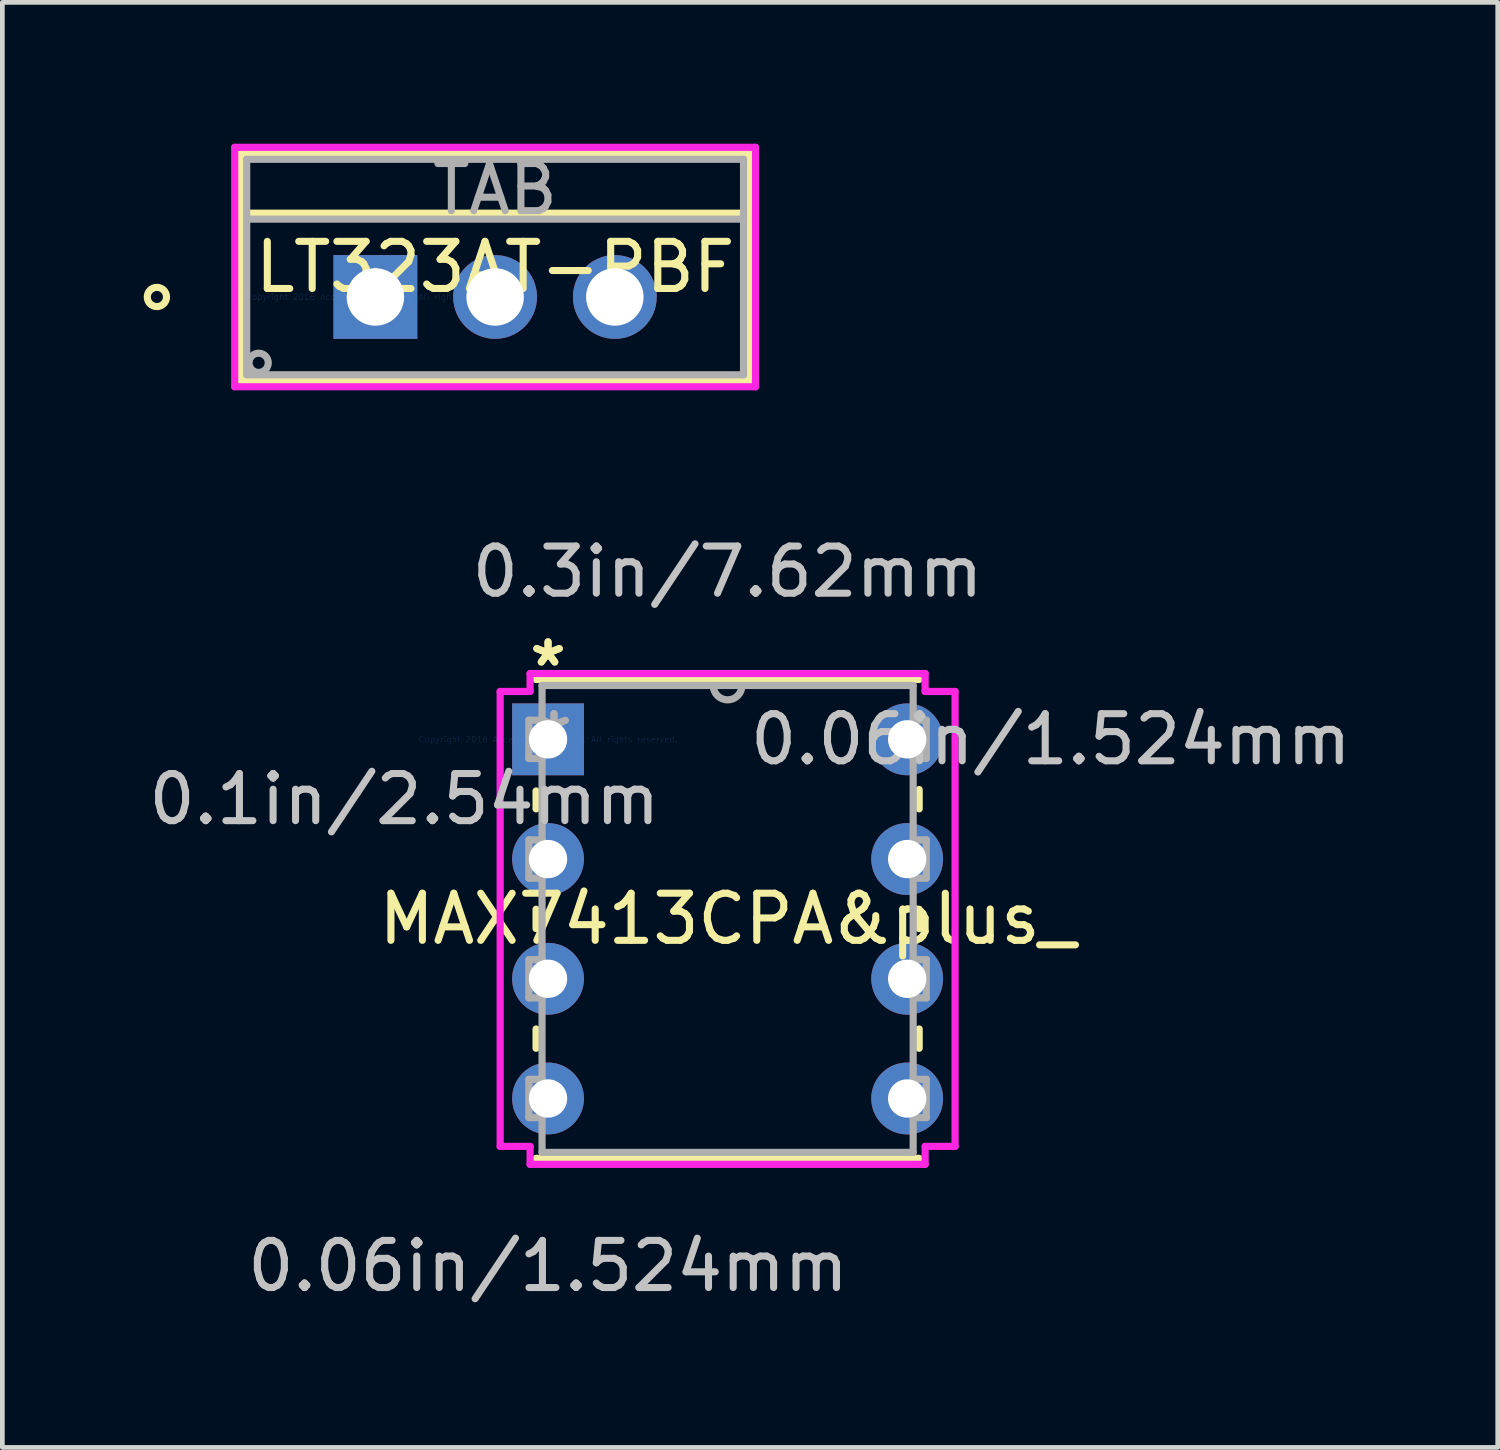
<source format=kicad_pcb>
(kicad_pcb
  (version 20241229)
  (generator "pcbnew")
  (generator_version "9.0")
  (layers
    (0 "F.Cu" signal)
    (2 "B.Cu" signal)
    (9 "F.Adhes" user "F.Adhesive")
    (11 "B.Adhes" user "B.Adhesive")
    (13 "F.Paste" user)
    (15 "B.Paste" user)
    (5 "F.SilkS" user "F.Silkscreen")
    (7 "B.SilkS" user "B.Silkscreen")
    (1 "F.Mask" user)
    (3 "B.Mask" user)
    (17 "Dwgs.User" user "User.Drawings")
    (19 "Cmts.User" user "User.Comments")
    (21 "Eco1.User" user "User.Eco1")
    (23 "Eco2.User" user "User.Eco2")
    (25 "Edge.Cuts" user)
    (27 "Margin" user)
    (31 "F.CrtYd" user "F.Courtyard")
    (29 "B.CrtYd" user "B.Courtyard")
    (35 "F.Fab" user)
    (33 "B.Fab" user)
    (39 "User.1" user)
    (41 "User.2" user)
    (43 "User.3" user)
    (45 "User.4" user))
  (footprint "MAX7413CPA&plus_"
    (layer "F.Cu")
    (at 8.578 12.637)
    (property "Reference" "MAX7413CPA&plus_" (at 3.81 3.81 0) (layer "F.SilkS") (effects (font (size 1 1) (thickness 0.15))))
    (attr through_hole)
    (fp_line (start -0.254 1.095) (end -0.254 1.475) (stroke (width 0.152) (type solid)) (layer "F.SilkS"))
    (fp_line (start -0.254 3.605) (end -0.254 4.015) (stroke (width 0.152) (type solid)) (layer "F.SilkS"))
    (fp_line (start -0.254 6.145) (end -0.254 6.555) (stroke (width 0.152) (type solid)) (layer "F.SilkS"))
    (fp_line (start -0.254 8.89) (end 7.874 8.89) (stroke (width 0.152) (type solid)) (layer "F.SilkS"))
    (fp_line (start 7.874 -1.27) (end -0.254 -1.27) (stroke (width 0.152) (type solid)) (layer "F.SilkS"))
    (fp_line (start 7.874 1.475) (end 7.874 1.065) (stroke (width 0.152) (type solid)) (layer "F.SilkS"))
    (fp_line (start 7.874 4.015) (end 7.874 3.605) (stroke (width 0.152) (type solid)) (layer "F.SilkS"))
    (fp_line (start 7.874 6.555) (end 7.874 6.145) (stroke (width 0.152) (type solid)) (layer "F.SilkS"))
    (fp_line (start -1.016 -1.016) (end -1.016 8.636) (stroke (width 0.152) (type solid)) (layer "F.CrtYd"))
    (fp_line (start -1.016 8.636) (end -0.381 8.636) (stroke (width 0.152) (type solid)) (layer "F.CrtYd"))
    (fp_line (start -0.381 -1.397) (end -0.381 -1.016) (stroke (width 0.152) (type solid)) (layer "F.CrtYd"))
    (fp_line (start -0.381 -1.016) (end -1.016 -1.016) (stroke (width 0.152) (type solid)) (layer "F.CrtYd"))
    (fp_line (start -0.381 8.636) (end -0.381 9.017) (stroke (width 0.152) (type solid)) (layer "F.CrtYd"))
    (fp_line (start -0.381 9.017) (end 8.001 9.017) (stroke (width 0.152) (type solid)) (layer "F.CrtYd"))
    (fp_line (start 8.001 -1.397) (end -0.381 -1.397) (stroke (width 0.152) (type solid)) (layer "F.CrtYd"))
    (fp_line (start 8.001 -1.016) (end 8.001 -1.397) (stroke (width 0.152) (type solid)) (layer "F.CrtYd"))
    (fp_line (start 8.001 8.636) (end 8.636 8.636) (stroke (width 0.152) (type solid)) (layer "F.CrtYd"))
    (fp_line (start 8.001 9.017) (end 8.001 8.636) (stroke (width 0.152) (type solid)) (layer "F.CrtYd"))
    (fp_line (start 8.636 -1.016) (end 8.001 -1.016) (stroke (width 0.152) (type solid)) (layer "F.CrtYd"))
    (fp_line (start 8.636 8.636) (end 8.636 -1.016) (stroke (width 0.152) (type solid)) (layer "F.CrtYd"))
    (fp_line (start -0.406 -0.406) (end -0.406 0.406) (stroke (width 0.152) (type solid)) (layer "F.Fab"))
    (fp_line (start -0.406 0.406) (end -0.127 0.406) (stroke (width 0.152) (type solid)) (layer "F.Fab"))
    (fp_line (start -0.406 2.134) (end -0.406 2.946) (stroke (width 0.152) (type solid)) (layer "F.Fab"))
    (fp_line (start -0.406 2.946) (end -0.127 2.946) (stroke (width 0.152) (type solid)) (layer "F.Fab"))
    (fp_line (start -0.406 4.674) (end -0.406 5.486) (stroke (width 0.152) (type solid)) (layer "F.Fab"))
    (fp_line (start -0.406 5.486) (end -0.127 5.486) (stroke (width 0.152) (type solid)) (layer "F.Fab"))
    (fp_line (start -0.406 7.214) (end -0.406 8.026) (stroke (width 0.152) (type solid)) (layer "F.Fab"))
    (fp_line (start -0.406 8.026) (end -0.127 8.026) (stroke (width 0.152) (type solid)) (layer "F.Fab"))
    (fp_line (start -0.127 -1.143) (end -0.127 8.763) (stroke (width 0.152) (type solid)) (layer "F.Fab"))
    (fp_line (start -0.127 -0.406) (end -0.406 -0.406) (stroke (width 0.152) (type solid)) (layer "F.Fab"))
    (fp_line (start -0.127 0.406) (end -0.127 -0.406) (stroke (width 0.152) (type solid)) (layer "F.Fab"))
    (fp_line (start -0.127 2.134) (end -0.406 2.134) (stroke (width 0.152) (type solid)) (layer "F.Fab"))
    (fp_line (start -0.127 2.946) (end -0.127 2.134) (stroke (width 0.152) (type solid)) (layer "F.Fab"))
    (fp_line (start -0.127 4.674) (end -0.406 4.674) (stroke (width 0.152) (type solid)) (layer "F.Fab"))
    (fp_line (start -0.127 5.486) (end -0.127 4.674) (stroke (width 0.152) (type solid)) (layer "F.Fab"))
    (fp_line (start -0.127 7.214) (end -0.406 7.214) (stroke (width 0.152) (type solid)) (layer "F.Fab"))
    (fp_line (start -0.127 8.026) (end -0.127 7.214) (stroke (width 0.152) (type solid)) (layer "F.Fab"))
    (fp_line (start -0.127 8.763) (end 7.747 8.763) (stroke (width 0.152) (type solid)) (layer "F.Fab"))
    (fp_line (start 7.747 -1.143) (end -0.127 -1.143) (stroke (width 0.152) (type solid)) (layer "F.Fab"))
    (fp_line (start 7.747 -0.406) (end 7.747 0.406) (stroke (width 0.152) (type solid)) (layer "F.Fab"))
    (fp_line (start 7.747 0.406) (end 8.026 0.406) (stroke (width 0.152) (type solid)) (layer "F.Fab"))
    (fp_line (start 7.747 2.134) (end 7.747 2.946) (stroke (width 0.152) (type solid)) (layer "F.Fab"))
    (fp_line (start 7.747 2.946) (end 8.026 2.946) (stroke (width 0.152) (type solid)) (layer "F.Fab"))
    (fp_line (start 7.747 4.674) (end 7.747 5.486) (stroke (width 0.152) (type solid)) (layer "F.Fab"))
    (fp_line (start 7.747 5.486) (end 8.026 5.486) (stroke (width 0.152) (type solid)) (layer "F.Fab"))
    (fp_line (start 7.747 7.214) (end 7.747 8.026) (stroke (width 0.152) (type solid)) (layer "F.Fab"))
    (fp_line (start 7.747 8.026) (end 8.026 8.026) (stroke (width 0.152) (type solid)) (layer "F.Fab"))
    (fp_line (start 7.747 8.763) (end 7.747 -1.143) (stroke (width 0.152) (type solid)) (layer "F.Fab"))
    (fp_line (start 8.026 -0.406) (end 7.747 -0.406) (stroke (width 0.152) (type solid)) (layer "F.Fab"))
    (fp_line (start 8.026 0.406) (end 8.026 -0.406) (stroke (width 0.152) (type solid)) (layer "F.Fab"))
    (fp_line (start 8.026 2.134) (end 7.747 2.134) (stroke (width 0.152) (type solid)) (layer "F.Fab"))
    (fp_line (start 8.026 2.946) (end 8.026 2.134) (stroke (width 0.152) (type solid)) (layer "F.Fab"))
    (fp_line (start 8.026 4.674) (end 7.747 4.674) (stroke (width 0.152) (type solid)) (layer "F.Fab"))
    (fp_line (start 8.026 5.486) (end 8.026 4.674) (stroke (width 0.152) (type solid)) (layer "F.Fab"))
    (fp_line (start 8.026 7.214) (end 7.747 7.214) (stroke (width 0.152) (type solid)) (layer "F.Fab"))
    (fp_line (start 8.026 8.026) (end 8.026 7.214) (stroke (width 0.152) (type solid)) (layer "F.Fab"))
    (fp_arc (start 4.1148 -1.143) (mid 3.81 -0.8382) (end 3.5052 -1.143) (stroke (width 0.1524) (type solid)) (layer "F.Fab"))
    (fp_text user "*" (at 0 -1.524 0) (layer "F.SilkS") (effects (font (size 1 1) (thickness 0.15))))
    (fp_text user "*" (at 0 -1.524 0) (layer "F.SilkS") (effects (font (size 1 1) (thickness 0.15))))
    (fp_text user "0.06in/1.524mm" (at 10.668 0 0) (layer "Dwgs.User") (effects (font (size 1 1) (thickness 0.15))))
    (fp_text user "0.06in/1.524mm" (at 0 11.176 0) (layer "Dwgs.User") (effects (font (size 1 1) (thickness 0.15))))
    (fp_text user "0.3in/7.62mm" (at 3.81 -3.556 0) (layer "Dwgs.User") (effects (font (size 1 1) (thickness 0.15))))
    (fp_text user "0.1in/2.54mm" (at -3.048 1.27 0) (layer "Dwgs.User") (effects (font (size 1 1) (thickness 0.15))))
    (fp_text user "Copyright 2016 Accelerated Designs. All rights reserved." (at 0 0 0) (layer "Cmts.User") (effects (font (size 0.127 0.127) (thickness 0.002))))
    (fp_text user "*" (at 0.127 0 0) (layer "F.Fab") (effects (font (size 1 1) (thickness 0.15))))
    (fp_text user "*" (at 0.127 0 0) (layer "F.Fab") (effects (font (size 1 1) (thickness 0.15))))
    (pad "1" thru_hole rect (at 0 0) (size 1.524 1.524) (drill 0.813) (layers "*.Cu" "*.Mask"))
    (pad "2" thru_hole circle (at 0 2.54) (size 1.524 1.524) (drill 0.813) (layers "*.Cu" "*.Mask"))
    (pad "3" thru_hole circle (at 0 5.08) (size 1.524 1.524) (drill 0.813) (layers "*.Cu" "*.Mask"))
    (pad "4" thru_hole circle (at 0 7.62) (size 1.524 1.524) (drill 0.813) (layers "*.Cu" "*.Mask"))
    (pad "5" thru_hole circle (at 7.62 7.62) (size 1.524 1.524) (drill 0.813) (layers "*.Cu" "*.Mask"))
    (pad "6" thru_hole circle (at 7.62 5.08) (size 1.524 1.524) (drill 0.813) (layers "*.Cu" "*.Mask"))
    (pad "7" thru_hole circle (at 7.62 2.54) (size 1.524 1.524) (drill 0.813) (layers "*.Cu" "*.Mask"))
    (pad "8" thru_hole circle (at 7.62 0) (size 1.524 1.524) (drill 0.813) (layers "*.Cu" "*.Mask")))
  (footprint "LT323AT-PBF"
    (layer "F.Cu")
    (at 4.915 3.251)
    (property "Reference" "LT323AT-PBF" (at 2.54 -0.635 0) (layer "F.SilkS") (effects (font (size 1 1) (thickness 0.15))))
    (attr through_hole)
    (fp_line (start -2.857 -3.048) (end -2.857 1.778) (stroke (width 0.152) (type solid)) (layer "F.SilkS"))
    (fp_line (start -2.857 1.778) (end 7.938 1.778) (stroke (width 0.152) (type solid)) (layer "F.SilkS"))
    (fp_line (start -2.731 -1.778) (end 7.811 -1.778) (stroke (width 0.152) (type solid)) (layer "F.SilkS"))
    (fp_line (start 7.938 -3.048) (end -2.857 -3.048) (stroke (width 0.152) (type solid)) (layer "F.SilkS"))
    (fp_line (start 7.938 1.778) (end 7.938 -3.048) (stroke (width 0.152) (type solid)) (layer "F.SilkS"))
    (fp_circle (center -4.636 0) (end -4.432 0) (stroke (width 0.152) (type solid)) (fill no) (layer "F.SilkS"))
    (fp_line (start -2.985 -3.175) (end -2.985 1.905) (stroke (width 0.152) (type solid)) (layer "F.CrtYd"))
    (fp_line (start -2.985 1.905) (end 8.065 1.905) (stroke (width 0.152) (type solid)) (layer "F.CrtYd"))
    (fp_line (start 8.065 -3.175) (end -2.985 -3.175) (stroke (width 0.152) (type solid)) (layer "F.CrtYd"))
    (fp_line (start 8.065 1.905) (end 8.065 -3.175) (stroke (width 0.152) (type solid)) (layer "F.CrtYd"))
    (fp_line (start -2.731 -2.921) (end -2.731 1.651) (stroke (width 0.152) (type solid)) (layer "F.Fab"))
    (fp_line (start -2.731 -1.651) (end 7.811 -1.651) (stroke (width 0.152) (type solid)) (layer "F.Fab"))
    (fp_line (start -2.731 1.651) (end 7.811 1.651) (stroke (width 0.152) (type solid)) (layer "F.Fab"))
    (fp_line (start 7.811 -2.921) (end -2.731 -2.921) (stroke (width 0.152) (type solid)) (layer "F.Fab"))
    (fp_line (start 7.811 1.651) (end 7.811 -2.921) (stroke (width 0.152) (type solid)) (layer "F.Fab"))
    (fp_circle (center -2.477 1.397) (end -2.273 1.397) (stroke (width 0.152) (type solid)) (fill no) (layer "F.Fab"))
    (fp_text user "*" (at 0 0 0) (layer "F.SilkS") (effects (font (size 1 1) (thickness 0.15))))
    (fp_text user "Copyright 2016 Accelerated Designs. All rights reserved." (at 0 0 0) (layer "Cmts.User") (effects (font (size 0.127 0.127) (thickness 0.002))))
    (fp_text user "TAB" (at 2.54 -2.286 0) (layer "F.Fab") (effects (font (size 1 1) (thickness 0.15))))
    (fp_text user "*" (at 0 0 0) (layer "F.Fab") (effects (font (size 1 1) (thickness 0.15))))
    (pad "1" thru_hole rect (at 0 0) (size 1.778 1.778) (drill 1.219) (layers "*.Cu" "*.Mask"))
    (pad "2" thru_hole circle (at 2.54 0) (size 1.778 1.778) (drill 1.219) (layers "*.Cu" "*.Mask"))
    (pad "3" thru_hole circle (at 5.08 0) (size 1.778 1.778) (drill 1.219) (layers "*.Cu" "*.Mask")))
  (gr_rect
    (start -3 -3)
    (end 28.728 27.661)
    (stroke (width 0.1) (type default))
    (fill no)
    (layer "Edge.Cuts")))
</source>
